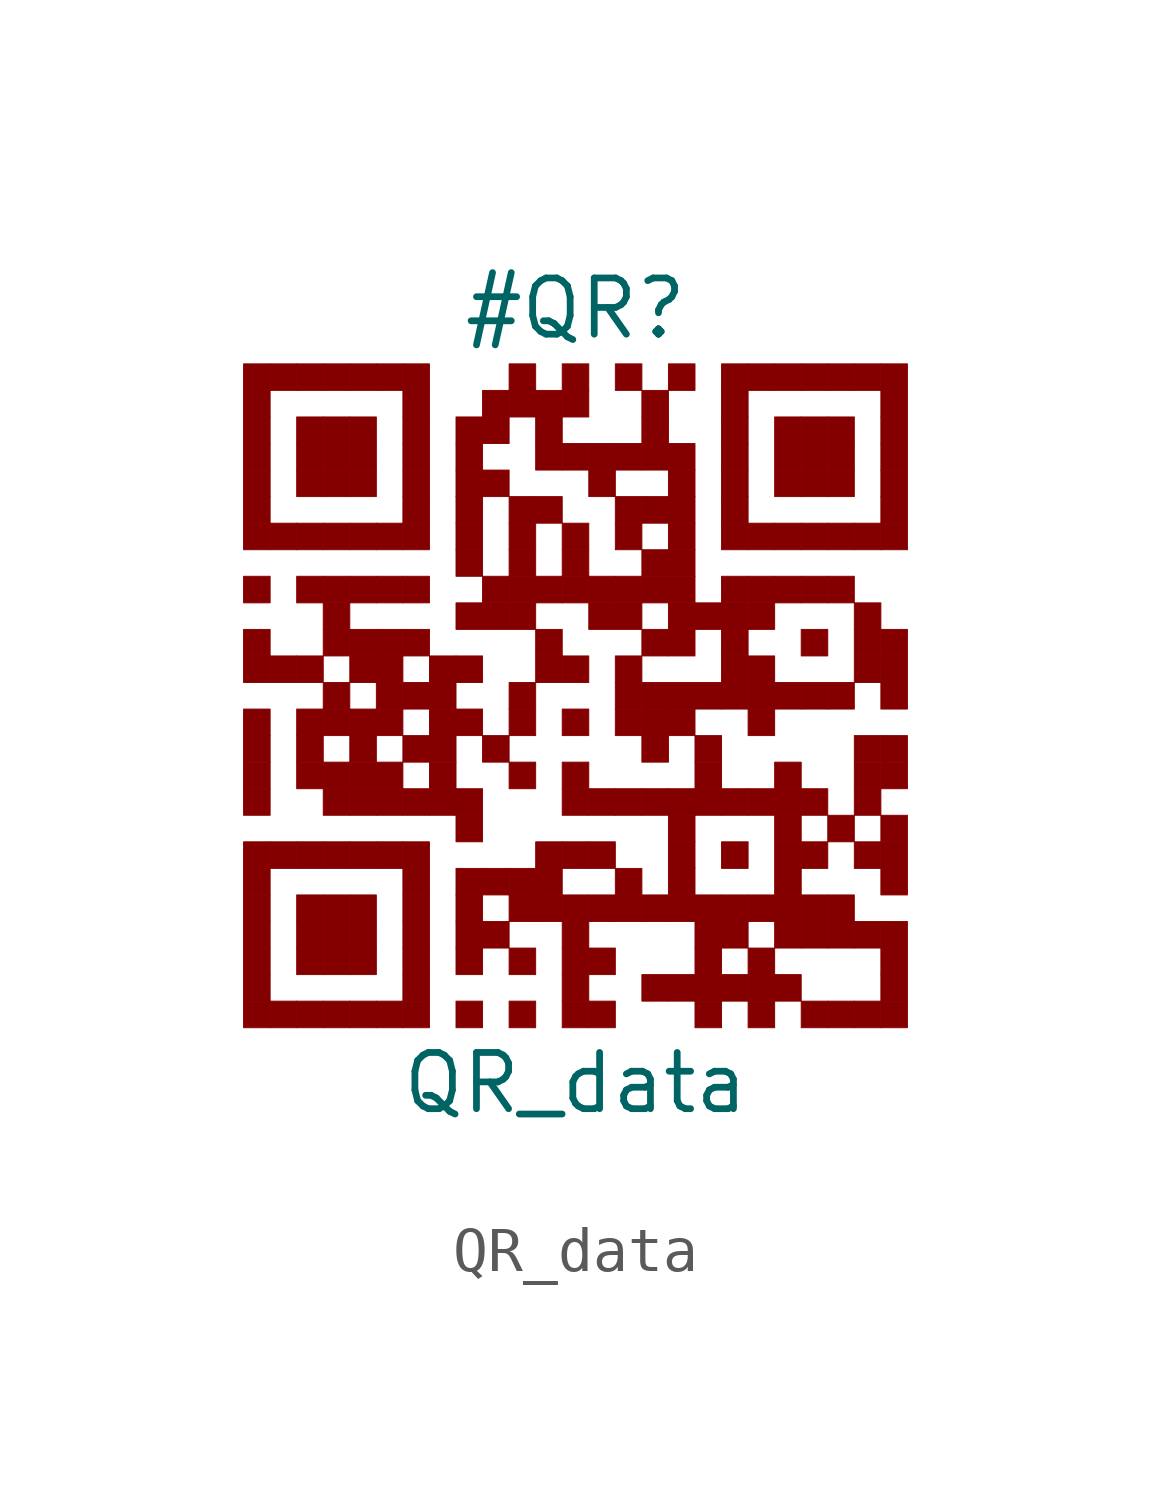
<source format=kicad_sym>
(kicad_symbol_lib
  (version 20211014)
  (generator kibot)
  (symbol "QR_data"
    (pin_numbers hide)
    (pin_names hide)
    (property "Reference" "#QR"
      (at 0 8.75 0))
    (property "Value" "QR_data"
      (at 0 -8.75 0))
    (rectangle
      (start -7.5 7.5)
      (end -6.9 6.9)
      (stroke (width 0.001) (type default) (color 0 0 0 0))
      (fill (type outline)))
    (rectangle
      (start -6.9 7.5)
      (end -6.3 6.9)
      (stroke (width 0.001) (type default) (color 0 0 0 0))
      (fill (type outline)))
    (rectangle
      (start -6.3 7.5)
      (end -5.7 6.9)
      (stroke (width 0.001) (type default) (color 0 0 0 0))
      (fill (type outline)))
    (rectangle
      (start -5.7 7.5)
      (end -5.1 6.9)
      (stroke (width 0.001) (type default) (color 0 0 0 0))
      (fill (type outline)))
    (rectangle
      (start -5.1 7.5)
      (end -4.5 6.9)
      (stroke (width 0.001) (type default) (color 0 0 0 0))
      (fill (type outline)))
    (rectangle
      (start -4.5 7.5)
      (end -3.9 6.9)
      (stroke (width 0.001) (type default) (color 0 0 0 0))
      (fill (type outline)))
    (rectangle
      (start -3.9 7.5)
      (end -3.3 6.9)
      (stroke (width 0.001) (type default) (color 0 0 0 0))
      (fill (type outline)))
    (rectangle
      (start -1.5 7.5)
      (end -0.9 6.9)
      (stroke (width 0.001) (type default) (color 0 0 0 0))
      (fill (type outline)))
    (rectangle
      (start -0.3 7.5)
      (end 0.3 6.9)
      (stroke (width 0.001) (type default) (color 0 0 0 0))
      (fill (type outline)))
    (rectangle
      (start 0.9 7.5)
      (end 1.5 6.9)
      (stroke (width 0.001) (type default) (color 0 0 0 0))
      (fill (type outline)))
    (rectangle
      (start 2.1 7.5)
      (end 2.7 6.9)
      (stroke (width 0.001) (type default) (color 0 0 0 0))
      (fill (type outline)))
    (rectangle
      (start 3.3 7.5)
      (end 3.9 6.9)
      (stroke (width 0.001) (type default) (color 0 0 0 0))
      (fill (type outline)))
    (rectangle
      (start 3.9 7.5)
      (end 4.5 6.9)
      (stroke (width 0.001) (type default) (color 0 0 0 0))
      (fill (type outline)))
    (rectangle
      (start 4.5 7.5)
      (end 5.1 6.9)
      (stroke (width 0.001) (type default) (color 0 0 0 0))
      (fill (type outline)))
    (rectangle
      (start 5.1 7.5)
      (end 5.7 6.9)
      (stroke (width 0.001) (type default) (color 0 0 0 0))
      (fill (type outline)))
    (rectangle
      (start 5.7 7.5)
      (end 6.3 6.9)
      (stroke (width 0.001) (type default) (color 0 0 0 0))
      (fill (type outline)))
    (rectangle
      (start 6.3 7.5)
      (end 6.9 6.9)
      (stroke (width 0.001) (type default) (color 0 0 0 0))
      (fill (type outline)))
    (rectangle
      (start 6.9 7.5)
      (end 7.5 6.9)
      (stroke (width 0.001) (type default) (color 0 0 0 0))
      (fill (type outline)))
    (rectangle
      (start -7.5 6.9)
      (end -6.9 6.3)
      (stroke (width 0.001) (type default) (color 0 0 0 0))
      (fill (type outline)))
    (rectangle
      (start -3.9 6.9)
      (end -3.3 6.3)
      (stroke (width 0.001) (type default) (color 0 0 0 0))
      (fill (type outline)))
    (rectangle
      (start -2.1 6.9)
      (end -1.5 6.3)
      (stroke (width 0.001) (type default) (color 0 0 0 0))
      (fill (type outline)))
    (rectangle
      (start -1.5 6.9)
      (end -0.9 6.3)
      (stroke (width 0.001) (type default) (color 0 0 0 0))
      (fill (type outline)))
    (rectangle
      (start -0.9 6.9)
      (end -0.3 6.3)
      (stroke (width 0.001) (type default) (color 0 0 0 0))
      (fill (type outline)))
    (rectangle
      (start -0.3 6.9)
      (end 0.3 6.3)
      (stroke (width 0.001) (type default) (color 0 0 0 0))
      (fill (type outline)))
    (rectangle
      (start 1.5 6.9)
      (end 2.1 6.3)
      (stroke (width 0.001) (type default) (color 0 0 0 0))
      (fill (type outline)))
    (rectangle
      (start 3.3 6.9)
      (end 3.9 6.3)
      (stroke (width 0.001) (type default) (color 0 0 0 0))
      (fill (type outline)))
    (rectangle
      (start 6.9 6.9)
      (end 7.5 6.3)
      (stroke (width 0.001) (type default) (color 0 0 0 0))
      (fill (type outline)))
    (rectangle
      (start -7.5 6.3)
      (end -6.9 5.7)
      (stroke (width 0.001) (type default) (color 0 0 0 0))
      (fill (type outline)))
    (rectangle
      (start -6.3 6.3)
      (end -5.7 5.7)
      (stroke (width 0.001) (type default) (color 0 0 0 0))
      (fill (type outline)))
    (rectangle
      (start -5.7 6.3)
      (end -5.1 5.7)
      (stroke (width 0.001) (type default) (color 0 0 0 0))
      (fill (type outline)))
    (rectangle
      (start -5.1 6.3)
      (end -4.5 5.7)
      (stroke (width 0.001) (type default) (color 0 0 0 0))
      (fill (type outline)))
    (rectangle
      (start -3.9 6.3)
      (end -3.3 5.7)
      (stroke (width 0.001) (type default) (color 0 0 0 0))
      (fill (type outline)))
    (rectangle
      (start -2.7 6.3)
      (end -2.1 5.7)
      (stroke (width 0.001) (type default) (color 0 0 0 0))
      (fill (type outline)))
    (rectangle
      (start -2.1 6.3)
      (end -1.5 5.7)
      (stroke (width 0.001) (type default) (color 0 0 0 0))
      (fill (type outline)))
    (rectangle
      (start -0.9 6.3)
      (end -0.3 5.7)
      (stroke (width 0.001) (type default) (color 0 0 0 0))
      (fill (type outline)))
    (rectangle
      (start 1.5 6.3)
      (end 2.1 5.7)
      (stroke (width 0.001) (type default) (color 0 0 0 0))
      (fill (type outline)))
    (rectangle
      (start 3.3 6.3)
      (end 3.9 5.7)
      (stroke (width 0.001) (type default) (color 0 0 0 0))
      (fill (type outline)))
    (rectangle
      (start 4.5 6.3)
      (end 5.1 5.7)
      (stroke (width 0.001) (type default) (color 0 0 0 0))
      (fill (type outline)))
    (rectangle
      (start 5.1 6.3)
      (end 5.7 5.7)
      (stroke (width 0.001) (type default) (color 0 0 0 0))
      (fill (type outline)))
    (rectangle
      (start 5.7 6.3)
      (end 6.3 5.7)
      (stroke (width 0.001) (type default) (color 0 0 0 0))
      (fill (type outline)))
    (rectangle
      (start 6.9 6.3)
      (end 7.5 5.7)
      (stroke (width 0.001) (type default) (color 0 0 0 0))
      (fill (type outline)))
    (rectangle
      (start -7.5 5.7)
      (end -6.9 5.1)
      (stroke (width 0.001) (type default) (color 0 0 0 0))
      (fill (type outline)))
    (rectangle
      (start -6.3 5.7)
      (end -5.7 5.1)
      (stroke (width 0.001) (type default) (color 0 0 0 0))
      (fill (type outline)))
    (rectangle
      (start -5.7 5.7)
      (end -5.1 5.1)
      (stroke (width 0.001) (type default) (color 0 0 0 0))
      (fill (type outline)))
    (rectangle
      (start -5.1 5.7)
      (end -4.5 5.1)
      (stroke (width 0.001) (type default) (color 0 0 0 0))
      (fill (type outline)))
    (rectangle
      (start -3.9 5.7)
      (end -3.3 5.1)
      (stroke (width 0.001) (type default) (color 0 0 0 0))
      (fill (type outline)))
    (rectangle
      (start -2.7 5.7)
      (end -2.1 5.1)
      (stroke (width 0.001) (type default) (color 0 0 0 0))
      (fill (type outline)))
    (rectangle
      (start -0.9 5.7)
      (end -0.3 5.1)
      (stroke (width 0.001) (type default) (color 0 0 0 0))
      (fill (type outline)))
    (rectangle
      (start -0.3 5.7)
      (end 0.3 5.1)
      (stroke (width 0.001) (type default) (color 0 0 0 0))
      (fill (type outline)))
    (rectangle
      (start 0.3 5.7)
      (end 0.9 5.1)
      (stroke (width 0.001) (type default) (color 0 0 0 0))
      (fill (type outline)))
    (rectangle
      (start 0.9 5.7)
      (end 1.5 5.1)
      (stroke (width 0.001) (type default) (color 0 0 0 0))
      (fill (type outline)))
    (rectangle
      (start 1.5 5.7)
      (end 2.1 5.1)
      (stroke (width 0.001) (type default) (color 0 0 0 0))
      (fill (type outline)))
    (rectangle
      (start 2.1 5.7)
      (end 2.7 5.1)
      (stroke (width 0.001) (type default) (color 0 0 0 0))
      (fill (type outline)))
    (rectangle
      (start 3.3 5.7)
      (end 3.9 5.1)
      (stroke (width 0.001) (type default) (color 0 0 0 0))
      (fill (type outline)))
    (rectangle
      (start 4.5 5.7)
      (end 5.1 5.1)
      (stroke (width 0.001) (type default) (color 0 0 0 0))
      (fill (type outline)))
    (rectangle
      (start 5.1 5.7)
      (end 5.7 5.1)
      (stroke (width 0.001) (type default) (color 0 0 0 0))
      (fill (type outline)))
    (rectangle
      (start 5.7 5.7)
      (end 6.3 5.1)
      (stroke (width 0.001) (type default) (color 0 0 0 0))
      (fill (type outline)))
    (rectangle
      (start 6.9 5.7)
      (end 7.5 5.1)
      (stroke (width 0.001) (type default) (color 0 0 0 0))
      (fill (type outline)))
    (rectangle
      (start -7.5 5.1)
      (end -6.9 4.5)
      (stroke (width 0.001) (type default) (color 0 0 0 0))
      (fill (type outline)))
    (rectangle
      (start -6.3 5.1)
      (end -5.7 4.5)
      (stroke (width 0.001) (type default) (color 0 0 0 0))
      (fill (type outline)))
    (rectangle
      (start -5.7 5.1)
      (end -5.1 4.5)
      (stroke (width 0.001) (type default) (color 0 0 0 0))
      (fill (type outline)))
    (rectangle
      (start -5.1 5.1)
      (end -4.5 4.5)
      (stroke (width 0.001) (type default) (color 0 0 0 0))
      (fill (type outline)))
    (rectangle
      (start -3.9 5.1)
      (end -3.3 4.5)
      (stroke (width 0.001) (type default) (color 0 0 0 0))
      (fill (type outline)))
    (rectangle
      (start -2.7 5.1)
      (end -2.1 4.5)
      (stroke (width 0.001) (type default) (color 0 0 0 0))
      (fill (type outline)))
    (rectangle
      (start -2.1 5.1)
      (end -1.5 4.5)
      (stroke (width 0.001) (type default) (color 0 0 0 0))
      (fill (type outline)))
    (rectangle
      (start 0.3 5.1)
      (end 0.9 4.5)
      (stroke (width 0.001) (type default) (color 0 0 0 0))
      (fill (type outline)))
    (rectangle
      (start 2.1 5.1)
      (end 2.7 4.5)
      (stroke (width 0.001) (type default) (color 0 0 0 0))
      (fill (type outline)))
    (rectangle
      (start 3.3 5.1)
      (end 3.9 4.5)
      (stroke (width 0.001) (type default) (color 0 0 0 0))
      (fill (type outline)))
    (rectangle
      (start 4.5 5.1)
      (end 5.1 4.5)
      (stroke (width 0.001) (type default) (color 0 0 0 0))
      (fill (type outline)))
    (rectangle
      (start 5.1 5.1)
      (end 5.7 4.5)
      (stroke (width 0.001) (type default) (color 0 0 0 0))
      (fill (type outline)))
    (rectangle
      (start 5.7 5.1)
      (end 6.3 4.5)
      (stroke (width 0.001) (type default) (color 0 0 0 0))
      (fill (type outline)))
    (rectangle
      (start 6.9 5.1)
      (end 7.5 4.5)
      (stroke (width 0.001) (type default) (color 0 0 0 0))
      (fill (type outline)))
    (rectangle
      (start -7.5 4.5)
      (end -6.9 3.9)
      (stroke (width 0.001) (type default) (color 0 0 0 0))
      (fill (type outline)))
    (rectangle
      (start -3.9 4.5)
      (end -3.3 3.9)
      (stroke (width 0.001) (type default) (color 0 0 0 0))
      (fill (type outline)))
    (rectangle
      (start -2.7 4.5)
      (end -2.1 3.9)
      (stroke (width 0.001) (type default) (color 0 0 0 0))
      (fill (type outline)))
    (rectangle
      (start -1.5 4.5)
      (end -0.9 3.9)
      (stroke (width 0.001) (type default) (color 0 0 0 0))
      (fill (type outline)))
    (rectangle
      (start -0.9 4.5)
      (end -0.3 3.9)
      (stroke (width 0.001) (type default) (color 0 0 0 0))
      (fill (type outline)))
    (rectangle
      (start 0.9 4.5)
      (end 1.5 3.9)
      (stroke (width 0.001) (type default) (color 0 0 0 0))
      (fill (type outline)))
    (rectangle
      (start 1.5 4.5)
      (end 2.1 3.9)
      (stroke (width 0.001) (type default) (color 0 0 0 0))
      (fill (type outline)))
    (rectangle
      (start 2.1 4.5)
      (end 2.7 3.9)
      (stroke (width 0.001) (type default) (color 0 0 0 0))
      (fill (type outline)))
    (rectangle
      (start 3.3 4.5)
      (end 3.9 3.9)
      (stroke (width 0.001) (type default) (color 0 0 0 0))
      (fill (type outline)))
    (rectangle
      (start 6.9 4.5)
      (end 7.5 3.9)
      (stroke (width 0.001) (type default) (color 0 0 0 0))
      (fill (type outline)))
    (rectangle
      (start -7.5 3.9)
      (end -6.9 3.3)
      (stroke (width 0.001) (type default) (color 0 0 0 0))
      (fill (type outline)))
    (rectangle
      (start -6.9 3.9)
      (end -6.3 3.3)
      (stroke (width 0.001) (type default) (color 0 0 0 0))
      (fill (type outline)))
    (rectangle
      (start -6.3 3.9)
      (end -5.7 3.3)
      (stroke (width 0.001) (type default) (color 0 0 0 0))
      (fill (type outline)))
    (rectangle
      (start -5.7 3.9)
      (end -5.1 3.3)
      (stroke (width 0.001) (type default) (color 0 0 0 0))
      (fill (type outline)))
    (rectangle
      (start -5.1 3.9)
      (end -4.5 3.3)
      (stroke (width 0.001) (type default) (color 0 0 0 0))
      (fill (type outline)))
    (rectangle
      (start -4.5 3.9)
      (end -3.9 3.3)
      (stroke (width 0.001) (type default) (color 0 0 0 0))
      (fill (type outline)))
    (rectangle
      (start -3.9 3.9)
      (end -3.3 3.3)
      (stroke (width 0.001) (type default) (color 0 0 0 0))
      (fill (type outline)))
    (rectangle
      (start -2.7 3.9)
      (end -2.1 3.3)
      (stroke (width 0.001) (type default) (color 0 0 0 0))
      (fill (type outline)))
    (rectangle
      (start -1.5 3.9)
      (end -0.9 3.3)
      (stroke (width 0.001) (type default) (color 0 0 0 0))
      (fill (type outline)))
    (rectangle
      (start -0.3 3.9)
      (end 0.3 3.3)
      (stroke (width 0.001) (type default) (color 0 0 0 0))
      (fill (type outline)))
    (rectangle
      (start 0.9 3.9)
      (end 1.5 3.3)
      (stroke (width 0.001) (type default) (color 0 0 0 0))
      (fill (type outline)))
    (rectangle
      (start 2.1 3.9)
      (end 2.7 3.3)
      (stroke (width 0.001) (type default) (color 0 0 0 0))
      (fill (type outline)))
    (rectangle
      (start 3.3 3.9)
      (end 3.9 3.3)
      (stroke (width 0.001) (type default) (color 0 0 0 0))
      (fill (type outline)))
    (rectangle
      (start 3.9 3.9)
      (end 4.5 3.3)
      (stroke (width 0.001) (type default) (color 0 0 0 0))
      (fill (type outline)))
    (rectangle
      (start 4.5 3.9)
      (end 5.1 3.3)
      (stroke (width 0.001) (type default) (color 0 0 0 0))
      (fill (type outline)))
    (rectangle
      (start 5.1 3.9)
      (end 5.7 3.3)
      (stroke (width 0.001) (type default) (color 0 0 0 0))
      (fill (type outline)))
    (rectangle
      (start 5.7 3.9)
      (end 6.3 3.3)
      (stroke (width 0.001) (type default) (color 0 0 0 0))
      (fill (type outline)))
    (rectangle
      (start 6.3 3.9)
      (end 6.9 3.3)
      (stroke (width 0.001) (type default) (color 0 0 0 0))
      (fill (type outline)))
    (rectangle
      (start 6.9 3.9)
      (end 7.5 3.3)
      (stroke (width 0.001) (type default) (color 0 0 0 0))
      (fill (type outline)))
    (rectangle
      (start -2.7 3.3)
      (end -2.1 2.7)
      (stroke (width 0.001) (type default) (color 0 0 0 0))
      (fill (type outline)))
    (rectangle
      (start -1.5 3.3)
      (end -0.9 2.7)
      (stroke (width 0.001) (type default) (color 0 0 0 0))
      (fill (type outline)))
    (rectangle
      (start -0.3 3.3)
      (end 0.3 2.7)
      (stroke (width 0.001) (type default) (color 0 0 0 0))
      (fill (type outline)))
    (rectangle
      (start 1.5 3.3)
      (end 2.1 2.7)
      (stroke (width 0.001) (type default) (color 0 0 0 0))
      (fill (type outline)))
    (rectangle
      (start 2.1 3.3)
      (end 2.7 2.7)
      (stroke (width 0.001) (type default) (color 0 0 0 0))
      (fill (type outline)))
    (rectangle
      (start -7.5 2.7)
      (end -6.9 2.1)
      (stroke (width 0.001) (type default) (color 0 0 0 0))
      (fill (type outline)))
    (rectangle
      (start -6.3 2.7)
      (end -5.7 2.1)
      (stroke (width 0.001) (type default) (color 0 0 0 0))
      (fill (type outline)))
    (rectangle
      (start -5.7 2.7)
      (end -5.1 2.1)
      (stroke (width 0.001) (type default) (color 0 0 0 0))
      (fill (type outline)))
    (rectangle
      (start -5.1 2.7)
      (end -4.5 2.1)
      (stroke (width 0.001) (type default) (color 0 0 0 0))
      (fill (type outline)))
    (rectangle
      (start -4.5 2.7)
      (end -3.9 2.1)
      (stroke (width 0.001) (type default) (color 0 0 0 0))
      (fill (type outline)))
    (rectangle
      (start -3.9 2.7)
      (end -3.3 2.1)
      (stroke (width 0.001) (type default) (color 0 0 0 0))
      (fill (type outline)))
    (rectangle
      (start -2.1 2.7)
      (end -1.5 2.1)
      (stroke (width 0.001) (type default) (color 0 0 0 0))
      (fill (type outline)))
    (rectangle
      (start -1.5 2.7)
      (end -0.9 2.1)
      (stroke (width 0.001) (type default) (color 0 0 0 0))
      (fill (type outline)))
    (rectangle
      (start -0.9 2.7)
      (end -0.3 2.1)
      (stroke (width 0.001) (type default) (color 0 0 0 0))
      (fill (type outline)))
    (rectangle
      (start -0.3 2.7)
      (end 0.3 2.1)
      (stroke (width 0.001) (type default) (color 0 0 0 0))
      (fill (type outline)))
    (rectangle
      (start 0.3 2.7)
      (end 0.9 2.1)
      (stroke (width 0.001) (type default) (color 0 0 0 0))
      (fill (type outline)))
    (rectangle
      (start 0.9 2.7)
      (end 1.5 2.1)
      (stroke (width 0.001) (type default) (color 0 0 0 0))
      (fill (type outline)))
    (rectangle
      (start 1.5 2.7)
      (end 2.1 2.1)
      (stroke (width 0.001) (type default) (color 0 0 0 0))
      (fill (type outline)))
    (rectangle
      (start 2.1 2.7)
      (end 2.7 2.1)
      (stroke (width 0.001) (type default) (color 0 0 0 0))
      (fill (type outline)))
    (rectangle
      (start 3.3 2.7)
      (end 3.9 2.1)
      (stroke (width 0.001) (type default) (color 0 0 0 0))
      (fill (type outline)))
    (rectangle
      (start 3.9 2.7)
      (end 4.5 2.1)
      (stroke (width 0.001) (type default) (color 0 0 0 0))
      (fill (type outline)))
    (rectangle
      (start 4.5 2.7)
      (end 5.1 2.1)
      (stroke (width 0.001) (type default) (color 0 0 0 0))
      (fill (type outline)))
    (rectangle
      (start 5.1 2.7)
      (end 5.7 2.1)
      (stroke (width 0.001) (type default) (color 0 0 0 0))
      (fill (type outline)))
    (rectangle
      (start 5.7 2.7)
      (end 6.3 2.1)
      (stroke (width 0.001) (type default) (color 0 0 0 0))
      (fill (type outline)))
    (rectangle
      (start -5.7 2.1)
      (end -5.1 1.5)
      (stroke (width 0.001) (type default) (color 0 0 0 0))
      (fill (type outline)))
    (rectangle
      (start -2.7 2.1)
      (end -2.1 1.5)
      (stroke (width 0.001) (type default) (color 0 0 0 0))
      (fill (type outline)))
    (rectangle
      (start -2.1 2.1)
      (end -1.5 1.5)
      (stroke (width 0.001) (type default) (color 0 0 0 0))
      (fill (type outline)))
    (rectangle
      (start -1.5 2.1)
      (end -0.9 1.5)
      (stroke (width 0.001) (type default) (color 0 0 0 0))
      (fill (type outline)))
    (rectangle
      (start 0.3 2.1)
      (end 0.9 1.5)
      (stroke (width 0.001) (type default) (color 0 0 0 0))
      (fill (type outline)))
    (rectangle
      (start 0.9 2.1)
      (end 1.5 1.5)
      (stroke (width 0.001) (type default) (color 0 0 0 0))
      (fill (type outline)))
    (rectangle
      (start 2.1 2.1)
      (end 2.7 1.5)
      (stroke (width 0.001) (type default) (color 0 0 0 0))
      (fill (type outline)))
    (rectangle
      (start 2.7 2.1)
      (end 3.3 1.5)
      (stroke (width 0.001) (type default) (color 0 0 0 0))
      (fill (type outline)))
    (rectangle
      (start 3.3 2.1)
      (end 3.9 1.5)
      (stroke (width 0.001) (type default) (color 0 0 0 0))
      (fill (type outline)))
    (rectangle
      (start 3.9 2.1)
      (end 4.5 1.5)
      (stroke (width 0.001) (type default) (color 0 0 0 0))
      (fill (type outline)))
    (rectangle
      (start 6.3 2.1)
      (end 6.9 1.5)
      (stroke (width 0.001) (type default) (color 0 0 0 0))
      (fill (type outline)))
    (rectangle
      (start -7.5 1.5)
      (end -6.9 0.9)
      (stroke (width 0.001) (type default) (color 0 0 0 0))
      (fill (type outline)))
    (rectangle
      (start -5.7 1.5)
      (end -5.1 0.9)
      (stroke (width 0.001) (type default) (color 0 0 0 0))
      (fill (type outline)))
    (rectangle
      (start -5.1 1.5)
      (end -4.5 0.9)
      (stroke (width 0.001) (type default) (color 0 0 0 0))
      (fill (type outline)))
    (rectangle
      (start -4.5 1.5)
      (end -3.9 0.9)
      (stroke (width 0.001) (type default) (color 0 0 0 0))
      (fill (type outline)))
    (rectangle
      (start -3.9 1.5)
      (end -3.3 0.9)
      (stroke (width 0.001) (type default) (color 0 0 0 0))
      (fill (type outline)))
    (rectangle
      (start -0.9 1.5)
      (end -0.3 0.9)
      (stroke (width 0.001) (type default) (color 0 0 0 0))
      (fill (type outline)))
    (rectangle
      (start 1.5 1.5)
      (end 2.1 0.9)
      (stroke (width 0.001) (type default) (color 0 0 0 0))
      (fill (type outline)))
    (rectangle
      (start 2.1 1.5)
      (end 2.7 0.9)
      (stroke (width 0.001) (type default) (color 0 0 0 0))
      (fill (type outline)))
    (rectangle
      (start 3.3 1.5)
      (end 3.9 0.9)
      (stroke (width 0.001) (type default) (color 0 0 0 0))
      (fill (type outline)))
    (rectangle
      (start 5.1 1.5)
      (end 5.7 0.9)
      (stroke (width 0.001) (type default) (color 0 0 0 0))
      (fill (type outline)))
    (rectangle
      (start 6.3 1.5)
      (end 6.9 0.9)
      (stroke (width 0.001) (type default) (color 0 0 0 0))
      (fill (type outline)))
    (rectangle
      (start 6.9 1.5)
      (end 7.5 0.9)
      (stroke (width 0.001) (type default) (color 0 0 0 0))
      (fill (type outline)))
    (rectangle
      (start -7.5 0.9)
      (end -6.9 0.3)
      (stroke (width 0.001) (type default) (color 0 0 0 0))
      (fill (type outline)))
    (rectangle
      (start -6.9 0.9)
      (end -6.3 0.3)
      (stroke (width 0.001) (type default) (color 0 0 0 0))
      (fill (type outline)))
    (rectangle
      (start -6.3 0.9)
      (end -5.7 0.3)
      (stroke (width 0.001) (type default) (color 0 0 0 0))
      (fill (type outline)))
    (rectangle
      (start -5.1 0.9)
      (end -4.5 0.3)
      (stroke (width 0.001) (type default) (color 0 0 0 0))
      (fill (type outline)))
    (rectangle
      (start -4.5 0.9)
      (end -3.9 0.3)
      (stroke (width 0.001) (type default) (color 0 0 0 0))
      (fill (type outline)))
    (rectangle
      (start -3.3 0.9)
      (end -2.7 0.3)
      (stroke (width 0.001) (type default) (color 0 0 0 0))
      (fill (type outline)))
    (rectangle
      (start -2.7 0.9)
      (end -2.1 0.3)
      (stroke (width 0.001) (type default) (color 0 0 0 0))
      (fill (type outline)))
    (rectangle
      (start -0.9 0.9)
      (end -0.3 0.3)
      (stroke (width 0.001) (type default) (color 0 0 0 0))
      (fill (type outline)))
    (rectangle
      (start -0.3 0.9)
      (end 0.3 0.3)
      (stroke (width 0.001) (type default) (color 0 0 0 0))
      (fill (type outline)))
    (rectangle
      (start 0.9 0.9)
      (end 1.5 0.3)
      (stroke (width 0.001) (type default) (color 0 0 0 0))
      (fill (type outline)))
    (rectangle
      (start 3.3 0.9)
      (end 3.9 0.3)
      (stroke (width 0.001) (type default) (color 0 0 0 0))
      (fill (type outline)))
    (rectangle
      (start 3.9 0.9)
      (end 4.5 0.3)
      (stroke (width 0.001) (type default) (color 0 0 0 0))
      (fill (type outline)))
    (rectangle
      (start 6.3 0.9)
      (end 6.9 0.3)
      (stroke (width 0.001) (type default) (color 0 0 0 0))
      (fill (type outline)))
    (rectangle
      (start 6.9 0.9)
      (end 7.5 0.3)
      (stroke (width 0.001) (type default) (color 0 0 0 0))
      (fill (type outline)))
    (rectangle
      (start -5.7 0.3)
      (end -5.1 -0.3)
      (stroke (width 0.001) (type default) (color 0 0 0 0))
      (fill (type outline)))
    (rectangle
      (start -4.5 0.3)
      (end -3.9 -0.3)
      (stroke (width 0.001) (type default) (color 0 0 0 0))
      (fill (type outline)))
    (rectangle
      (start -3.9 0.3)
      (end -3.3 -0.3)
      (stroke (width 0.001) (type default) (color 0 0 0 0))
      (fill (type outline)))
    (rectangle
      (start -3.3 0.3)
      (end -2.7 -0.3)
      (stroke (width 0.001) (type default) (color 0 0 0 0))
      (fill (type outline)))
    (rectangle
      (start -1.5 0.3)
      (end -0.9 -0.3)
      (stroke (width 0.001) (type default) (color 0 0 0 0))
      (fill (type outline)))
    (rectangle
      (start 0.9 0.3)
      (end 1.5 -0.3)
      (stroke (width 0.001) (type default) (color 0 0 0 0))
      (fill (type outline)))
    (rectangle
      (start 1.5 0.3)
      (end 2.1 -0.3)
      (stroke (width 0.001) (type default) (color 0 0 0 0))
      (fill (type outline)))
    (rectangle
      (start 2.1 0.3)
      (end 2.7 -0.3)
      (stroke (width 0.001) (type default) (color 0 0 0 0))
      (fill (type outline)))
    (rectangle
      (start 2.7 0.3)
      (end 3.3 -0.3)
      (stroke (width 0.001) (type default) (color 0 0 0 0))
      (fill (type outline)))
    (rectangle
      (start 3.3 0.3)
      (end 3.9 -0.3)
      (stroke (width 0.001) (type default) (color 0 0 0 0))
      (fill (type outline)))
    (rectangle
      (start 3.9 0.3)
      (end 4.5 -0.3)
      (stroke (width 0.001) (type default) (color 0 0 0 0))
      (fill (type outline)))
    (rectangle
      (start 4.5 0.3)
      (end 5.1 -0.3)
      (stroke (width 0.001) (type default) (color 0 0 0 0))
      (fill (type outline)))
    (rectangle
      (start 5.1 0.3)
      (end 5.7 -0.3)
      (stroke (width 0.001) (type default) (color 0 0 0 0))
      (fill (type outline)))
    (rectangle
      (start 5.7 0.3)
      (end 6.3 -0.3)
      (stroke (width 0.001) (type default) (color 0 0 0 0))
      (fill (type outline)))
    (rectangle
      (start 6.9 0.3)
      (end 7.5 -0.3)
      (stroke (width 0.001) (type default) (color 0 0 0 0))
      (fill (type outline)))
    (rectangle
      (start -7.5 -0.3)
      (end -6.9 -0.9)
      (stroke (width 0.001) (type default) (color 0 0 0 0))
      (fill (type outline)))
    (rectangle
      (start -6.3 -0.3)
      (end -5.7 -0.9)
      (stroke (width 0.001) (type default) (color 0 0 0 0))
      (fill (type outline)))
    (rectangle
      (start -5.7 -0.3)
      (end -5.1 -0.9)
      (stroke (width 0.001) (type default) (color 0 0 0 0))
      (fill (type outline)))
    (rectangle
      (start -5.1 -0.3)
      (end -4.5 -0.9)
      (stroke (width 0.001) (type default) (color 0 0 0 0))
      (fill (type outline)))
    (rectangle
      (start -4.5 -0.3)
      (end -3.9 -0.9)
      (stroke (width 0.001) (type default) (color 0 0 0 0))
      (fill (type outline)))
    (rectangle
      (start -3.3 -0.3)
      (end -2.7 -0.9)
      (stroke (width 0.001) (type default) (color 0 0 0 0))
      (fill (type outline)))
    (rectangle
      (start -2.7 -0.3)
      (end -2.1 -0.9)
      (stroke (width 0.001) (type default) (color 0 0 0 0))
      (fill (type outline)))
    (rectangle
      (start -1.5 -0.3)
      (end -0.9 -0.9)
      (stroke (width 0.001) (type default) (color 0 0 0 0))
      (fill (type outline)))
    (rectangle
      (start -0.3 -0.3)
      (end 0.3 -0.9)
      (stroke (width 0.001) (type default) (color 0 0 0 0))
      (fill (type outline)))
    (rectangle
      (start 0.9 -0.3)
      (end 1.5 -0.9)
      (stroke (width 0.001) (type default) (color 0 0 0 0))
      (fill (type outline)))
    (rectangle
      (start 1.5 -0.3)
      (end 2.1 -0.9)
      (stroke (width 0.001) (type default) (color 0 0 0 0))
      (fill (type outline)))
    (rectangle
      (start 2.1 -0.3)
      (end 2.7 -0.9)
      (stroke (width 0.001) (type default) (color 0 0 0 0))
      (fill (type outline)))
    (rectangle
      (start 3.9 -0.3)
      (end 4.5 -0.9)
      (stroke (width 0.001) (type default) (color 0 0 0 0))
      (fill (type outline)))
    (rectangle
      (start -7.5 -0.9)
      (end -6.9 -1.5)
      (stroke (width 0.001) (type default) (color 0 0 0 0))
      (fill (type outline)))
    (rectangle
      (start -6.3 -0.9)
      (end -5.7 -1.5)
      (stroke (width 0.001) (type default) (color 0 0 0 0))
      (fill (type outline)))
    (rectangle
      (start -5.1 -0.9)
      (end -4.5 -1.5)
      (stroke (width 0.001) (type default) (color 0 0 0 0))
      (fill (type outline)))
    (rectangle
      (start -3.9 -0.9)
      (end -3.3 -1.5)
      (stroke (width 0.001) (type default) (color 0 0 0 0))
      (fill (type outline)))
    (rectangle
      (start -3.3 -0.9)
      (end -2.7 -1.5)
      (stroke (width 0.001) (type default) (color 0 0 0 0))
      (fill (type outline)))
    (rectangle
      (start -2.1 -0.9)
      (end -1.5 -1.5)
      (stroke (width 0.001) (type default) (color 0 0 0 0))
      (fill (type outline)))
    (rectangle
      (start 1.5 -0.9)
      (end 2.1 -1.5)
      (stroke (width 0.001) (type default) (color 0 0 0 0))
      (fill (type outline)))
    (rectangle
      (start 2.7 -0.9)
      (end 3.3 -1.5)
      (stroke (width 0.001) (type default) (color 0 0 0 0))
      (fill (type outline)))
    (rectangle
      (start 6.3 -0.9)
      (end 6.9 -1.5)
      (stroke (width 0.001) (type default) (color 0 0 0 0))
      (fill (type outline)))
    (rectangle
      (start 6.9 -0.9)
      (end 7.5 -1.5)
      (stroke (width 0.001) (type default) (color 0 0 0 0))
      (fill (type outline)))
    (rectangle
      (start -7.5 -1.5)
      (end -6.9 -2.1)
      (stroke (width 0.001) (type default) (color 0 0 0 0))
      (fill (type outline)))
    (rectangle
      (start -6.3 -1.5)
      (end -5.7 -2.1)
      (stroke (width 0.001) (type default) (color 0 0 0 0))
      (fill (type outline)))
    (rectangle
      (start -5.7 -1.5)
      (end -5.1 -2.1)
      (stroke (width 0.001) (type default) (color 0 0 0 0))
      (fill (type outline)))
    (rectangle
      (start -5.1 -1.5)
      (end -4.5 -2.1)
      (stroke (width 0.001) (type default) (color 0 0 0 0))
      (fill (type outline)))
    (rectangle
      (start -4.5 -1.5)
      (end -3.9 -2.1)
      (stroke (width 0.001) (type default) (color 0 0 0 0))
      (fill (type outline)))
    (rectangle
      (start -3.3 -1.5)
      (end -2.7 -2.1)
      (stroke (width 0.001) (type default) (color 0 0 0 0))
      (fill (type outline)))
    (rectangle
      (start -1.5 -1.5)
      (end -0.9 -2.1)
      (stroke (width 0.001) (type default) (color 0 0 0 0))
      (fill (type outline)))
    (rectangle
      (start -0.3 -1.5)
      (end 0.3 -2.1)
      (stroke (width 0.001) (type default) (color 0 0 0 0))
      (fill (type outline)))
    (rectangle
      (start 2.7 -1.5)
      (end 3.3 -2.1)
      (stroke (width 0.001) (type default) (color 0 0 0 0))
      (fill (type outline)))
    (rectangle
      (start 4.5 -1.5)
      (end 5.1 -2.1)
      (stroke (width 0.001) (type default) (color 0 0 0 0))
      (fill (type outline)))
    (rectangle
      (start 6.3 -1.5)
      (end 6.9 -2.1)
      (stroke (width 0.001) (type default) (color 0 0 0 0))
      (fill (type outline)))
    (rectangle
      (start 6.9 -1.5)
      (end 7.5 -2.1)
      (stroke (width 0.001) (type default) (color 0 0 0 0))
      (fill (type outline)))
    (rectangle
      (start -7.5 -2.1)
      (end -6.9 -2.7)
      (stroke (width 0.001) (type default) (color 0 0 0 0))
      (fill (type outline)))
    (rectangle
      (start -5.7 -2.1)
      (end -5.1 -2.7)
      (stroke (width 0.001) (type default) (color 0 0 0 0))
      (fill (type outline)))
    (rectangle
      (start -5.1 -2.1)
      (end -4.5 -2.7)
      (stroke (width 0.001) (type default) (color 0 0 0 0))
      (fill (type outline)))
    (rectangle
      (start -4.5 -2.1)
      (end -3.9 -2.7)
      (stroke (width 0.001) (type default) (color 0 0 0 0))
      (fill (type outline)))
    (rectangle
      (start -3.9 -2.1)
      (end -3.3 -2.7)
      (stroke (width 0.001) (type default) (color 0 0 0 0))
      (fill (type outline)))
    (rectangle
      (start -3.3 -2.1)
      (end -2.7 -2.7)
      (stroke (width 0.001) (type default) (color 0 0 0 0))
      (fill (type outline)))
    (rectangle
      (start -2.7 -2.1)
      (end -2.1 -2.7)
      (stroke (width 0.001) (type default) (color 0 0 0 0))
      (fill (type outline)))
    (rectangle
      (start -0.3 -2.1)
      (end 0.3 -2.7)
      (stroke (width 0.001) (type default) (color 0 0 0 0))
      (fill (type outline)))
    (rectangle
      (start 0.3 -2.1)
      (end 0.9 -2.7)
      (stroke (width 0.001) (type default) (color 0 0 0 0))
      (fill (type outline)))
    (rectangle
      (start 0.9 -2.1)
      (end 1.5 -2.7)
      (stroke (width 0.001) (type default) (color 0 0 0 0))
      (fill (type outline)))
    (rectangle
      (start 1.5 -2.1)
      (end 2.1 -2.7)
      (stroke (width 0.001) (type default) (color 0 0 0 0))
      (fill (type outline)))
    (rectangle
      (start 2.1 -2.1)
      (end 2.7 -2.7)
      (stroke (width 0.001) (type default) (color 0 0 0 0))
      (fill (type outline)))
    (rectangle
      (start 2.7 -2.1)
      (end 3.3 -2.7)
      (stroke (width 0.001) (type default) (color 0 0 0 0))
      (fill (type outline)))
    (rectangle
      (start 3.3 -2.1)
      (end 3.9 -2.7)
      (stroke (width 0.001) (type default) (color 0 0 0 0))
      (fill (type outline)))
    (rectangle
      (start 3.9 -2.1)
      (end 4.5 -2.7)
      (stroke (width 0.001) (type default) (color 0 0 0 0))
      (fill (type outline)))
    (rectangle
      (start 4.5 -2.1)
      (end 5.1 -2.7)
      (stroke (width 0.001) (type default) (color 0 0 0 0))
      (fill (type outline)))
    (rectangle
      (start 5.1 -2.1)
      (end 5.7 -2.7)
      (stroke (width 0.001) (type default) (color 0 0 0 0))
      (fill (type outline)))
    (rectangle
      (start 6.3 -2.1)
      (end 6.9 -2.7)
      (stroke (width 0.001) (type default) (color 0 0 0 0))
      (fill (type outline)))
    (rectangle
      (start -2.7 -2.7)
      (end -2.1 -3.3)
      (stroke (width 0.001) (type default) (color 0 0 0 0))
      (fill (type outline)))
    (rectangle
      (start 2.1 -2.7)
      (end 2.7 -3.3)
      (stroke (width 0.001) (type default) (color 0 0 0 0))
      (fill (type outline)))
    (rectangle
      (start 4.5 -2.7)
      (end 5.1 -3.3)
      (stroke (width 0.001) (type default) (color 0 0 0 0))
      (fill (type outline)))
    (rectangle
      (start 5.7 -2.7)
      (end 6.3 -3.3)
      (stroke (width 0.001) (type default) (color 0 0 0 0))
      (fill (type outline)))
    (rectangle
      (start 6.9 -2.7)
      (end 7.5 -3.3)
      (stroke (width 0.001) (type default) (color 0 0 0 0))
      (fill (type outline)))
    (rectangle
      (start -7.5 -3.3)
      (end -6.9 -3.9)
      (stroke (width 0.001) (type default) (color 0 0 0 0))
      (fill (type outline)))
    (rectangle
      (start -6.9 -3.3)
      (end -6.3 -3.9)
      (stroke (width 0.001) (type default) (color 0 0 0 0))
      (fill (type outline)))
    (rectangle
      (start -6.3 -3.3)
      (end -5.7 -3.9)
      (stroke (width 0.001) (type default) (color 0 0 0 0))
      (fill (type outline)))
    (rectangle
      (start -5.7 -3.3)
      (end -5.1 -3.9)
      (stroke (width 0.001) (type default) (color 0 0 0 0))
      (fill (type outline)))
    (rectangle
      (start -5.1 -3.3)
      (end -4.5 -3.9)
      (stroke (width 0.001) (type default) (color 0 0 0 0))
      (fill (type outline)))
    (rectangle
      (start -4.5 -3.3)
      (end -3.9 -3.9)
      (stroke (width 0.001) (type default) (color 0 0 0 0))
      (fill (type outline)))
    (rectangle
      (start -3.9 -3.3)
      (end -3.3 -3.9)
      (stroke (width 0.001) (type default) (color 0 0 0 0))
      (fill (type outline)))
    (rectangle
      (start -0.9 -3.3)
      (end -0.3 -3.9)
      (stroke (width 0.001) (type default) (color 0 0 0 0))
      (fill (type outline)))
    (rectangle
      (start -0.3 -3.3)
      (end 0.3 -3.9)
      (stroke (width 0.001) (type default) (color 0 0 0 0))
      (fill (type outline)))
    (rectangle
      (start 0.3 -3.3)
      (end 0.9 -3.9)
      (stroke (width 0.001) (type default) (color 0 0 0 0))
      (fill (type outline)))
    (rectangle
      (start 2.1 -3.3)
      (end 2.7 -3.9)
      (stroke (width 0.001) (type default) (color 0 0 0 0))
      (fill (type outline)))
    (rectangle
      (start 3.3 -3.3)
      (end 3.9 -3.9)
      (stroke (width 0.001) (type default) (color 0 0 0 0))
      (fill (type outline)))
    (rectangle
      (start 4.5 -3.3)
      (end 5.1 -3.9)
      (stroke (width 0.001) (type default) (color 0 0 0 0))
      (fill (type outline)))
    (rectangle
      (start 5.1 -3.3)
      (end 5.7 -3.9)
      (stroke (width 0.001) (type default) (color 0 0 0 0))
      (fill (type outline)))
    (rectangle
      (start 6.3 -3.3)
      (end 6.9 -3.9)
      (stroke (width 0.001) (type default) (color 0 0 0 0))
      (fill (type outline)))
    (rectangle
      (start 6.9 -3.3)
      (end 7.5 -3.9)
      (stroke (width 0.001) (type default) (color 0 0 0 0))
      (fill (type outline)))
    (rectangle
      (start -7.5 -3.9)
      (end -6.9 -4.5)
      (stroke (width 0.001) (type default) (color 0 0 0 0))
      (fill (type outline)))
    (rectangle
      (start -3.9 -3.9)
      (end -3.3 -4.5)
      (stroke (width 0.001) (type default) (color 0 0 0 0))
      (fill (type outline)))
    (rectangle
      (start -2.7 -3.9)
      (end -2.1 -4.5)
      (stroke (width 0.001) (type default) (color 0 0 0 0))
      (fill (type outline)))
    (rectangle
      (start -2.1 -3.9)
      (end -1.5 -4.5)
      (stroke (width 0.001) (type default) (color 0 0 0 0))
      (fill (type outline)))
    (rectangle
      (start -1.5 -3.9)
      (end -0.9 -4.5)
      (stroke (width 0.001) (type default) (color 0 0 0 0))
      (fill (type outline)))
    (rectangle
      (start -0.9 -3.9)
      (end -0.3 -4.5)
      (stroke (width 0.001) (type default) (color 0 0 0 0))
      (fill (type outline)))
    (rectangle
      (start 0.9 -3.9)
      (end 1.5 -4.5)
      (stroke (width 0.001) (type default) (color 0 0 0 0))
      (fill (type outline)))
    (rectangle
      (start 2.1 -3.9)
      (end 2.7 -4.5)
      (stroke (width 0.001) (type default) (color 0 0 0 0))
      (fill (type outline)))
    (rectangle
      (start 4.5 -3.9)
      (end 5.1 -4.5)
      (stroke (width 0.001) (type default) (color 0 0 0 0))
      (fill (type outline)))
    (rectangle
      (start 6.9 -3.9)
      (end 7.5 -4.5)
      (stroke (width 0.001) (type default) (color 0 0 0 0))
      (fill (type outline)))
    (rectangle
      (start -7.5 -4.5)
      (end -6.9 -5.1)
      (stroke (width 0.001) (type default) (color 0 0 0 0))
      (fill (type outline)))
    (rectangle
      (start -6.3 -4.5)
      (end -5.7 -5.1)
      (stroke (width 0.001) (type default) (color 0 0 0 0))
      (fill (type outline)))
    (rectangle
      (start -5.7 -4.5)
      (end -5.1 -5.1)
      (stroke (width 0.001) (type default) (color 0 0 0 0))
      (fill (type outline)))
    (rectangle
      (start -5.1 -4.5)
      (end -4.5 -5.1)
      (stroke (width 0.001) (type default) (color 0 0 0 0))
      (fill (type outline)))
    (rectangle
      (start -3.9 -4.5)
      (end -3.3 -5.1)
      (stroke (width 0.001) (type default) (color 0 0 0 0))
      (fill (type outline)))
    (rectangle
      (start -2.7 -4.5)
      (end -2.1 -5.1)
      (stroke (width 0.001) (type default) (color 0 0 0 0))
      (fill (type outline)))
    (rectangle
      (start -1.5 -4.5)
      (end -0.9 -5.1)
      (stroke (width 0.001) (type default) (color 0 0 0 0))
      (fill (type outline)))
    (rectangle
      (start -0.9 -4.5)
      (end -0.3 -5.1)
      (stroke (width 0.001) (type default) (color 0 0 0 0))
      (fill (type outline)))
    (rectangle
      (start -0.3 -4.5)
      (end 0.3 -5.1)
      (stroke (width 0.001) (type default) (color 0 0 0 0))
      (fill (type outline)))
    (rectangle
      (start 0.3 -4.5)
      (end 0.9 -5.1)
      (stroke (width 0.001) (type default) (color 0 0 0 0))
      (fill (type outline)))
    (rectangle
      (start 0.9 -4.5)
      (end 1.5 -5.1)
      (stroke (width 0.001) (type default) (color 0 0 0 0))
      (fill (type outline)))
    (rectangle
      (start 1.5 -4.5)
      (end 2.1 -5.1)
      (stroke (width 0.001) (type default) (color 0 0 0 0))
      (fill (type outline)))
    (rectangle
      (start 2.1 -4.5)
      (end 2.7 -5.1)
      (stroke (width 0.001) (type default) (color 0 0 0 0))
      (fill (type outline)))
    (rectangle
      (start 2.7 -4.5)
      (end 3.3 -5.1)
      (stroke (width 0.001) (type default) (color 0 0 0 0))
      (fill (type outline)))
    (rectangle
      (start 3.3 -4.5)
      (end 3.9 -5.1)
      (stroke (width 0.001) (type default) (color 0 0 0 0))
      (fill (type outline)))
    (rectangle
      (start 3.9 -4.5)
      (end 4.5 -5.1)
      (stroke (width 0.001) (type default) (color 0 0 0 0))
      (fill (type outline)))
    (rectangle
      (start 4.5 -4.5)
      (end 5.1 -5.1)
      (stroke (width 0.001) (type default) (color 0 0 0 0))
      (fill (type outline)))
    (rectangle
      (start 5.1 -4.5)
      (end 5.7 -5.1)
      (stroke (width 0.001) (type default) (color 0 0 0 0))
      (fill (type outline)))
    (rectangle
      (start 5.7 -4.5)
      (end 6.3 -5.1)
      (stroke (width 0.001) (type default) (color 0 0 0 0))
      (fill (type outline)))
    (rectangle
      (start -7.5 -5.1)
      (end -6.9 -5.7)
      (stroke (width 0.001) (type default) (color 0 0 0 0))
      (fill (type outline)))
    (rectangle
      (start -6.3 -5.1)
      (end -5.7 -5.7)
      (stroke (width 0.001) (type default) (color 0 0 0 0))
      (fill (type outline)))
    (rectangle
      (start -5.7 -5.1)
      (end -5.1 -5.7)
      (stroke (width 0.001) (type default) (color 0 0 0 0))
      (fill (type outline)))
    (rectangle
      (start -5.1 -5.1)
      (end -4.5 -5.7)
      (stroke (width 0.001) (type default) (color 0 0 0 0))
      (fill (type outline)))
    (rectangle
      (start -3.9 -5.1)
      (end -3.3 -5.7)
      (stroke (width 0.001) (type default) (color 0 0 0 0))
      (fill (type outline)))
    (rectangle
      (start -2.7 -5.1)
      (end -2.1 -5.7)
      (stroke (width 0.001) (type default) (color 0 0 0 0))
      (fill (type outline)))
    (rectangle
      (start -2.1 -5.1)
      (end -1.5 -5.7)
      (stroke (width 0.001) (type default) (color 0 0 0 0))
      (fill (type outline)))
    (rectangle
      (start -0.3 -5.1)
      (end 0.3 -5.7)
      (stroke (width 0.001) (type default) (color 0 0 0 0))
      (fill (type outline)))
    (rectangle
      (start 2.7 -5.1)
      (end 3.3 -5.7)
      (stroke (width 0.001) (type default) (color 0 0 0 0))
      (fill (type outline)))
    (rectangle
      (start 3.3 -5.1)
      (end 3.9 -5.7)
      (stroke (width 0.001) (type default) (color 0 0 0 0))
      (fill (type outline)))
    (rectangle
      (start 4.5 -5.1)
      (end 5.1 -5.7)
      (stroke (width 0.001) (type default) (color 0 0 0 0))
      (fill (type outline)))
    (rectangle
      (start 5.1 -5.1)
      (end 5.7 -5.7)
      (stroke (width 0.001) (type default) (color 0 0 0 0))
      (fill (type outline)))
    (rectangle
      (start 5.7 -5.1)
      (end 6.3 -5.7)
      (stroke (width 0.001) (type default) (color 0 0 0 0))
      (fill (type outline)))
    (rectangle
      (start 6.3 -5.1)
      (end 6.9 -5.7)
      (stroke (width 0.001) (type default) (color 0 0 0 0))
      (fill (type outline)))
    (rectangle
      (start 6.9 -5.1)
      (end 7.5 -5.7)
      (stroke (width 0.001) (type default) (color 0 0 0 0))
      (fill (type outline)))
    (rectangle
      (start -7.5 -5.7)
      (end -6.9 -6.3)
      (stroke (width 0.001) (type default) (color 0 0 0 0))
      (fill (type outline)))
    (rectangle
      (start -6.3 -5.7)
      (end -5.7 -6.3)
      (stroke (width 0.001) (type default) (color 0 0 0 0))
      (fill (type outline)))
    (rectangle
      (start -5.7 -5.7)
      (end -5.1 -6.3)
      (stroke (width 0.001) (type default) (color 0 0 0 0))
      (fill (type outline)))
    (rectangle
      (start -5.1 -5.7)
      (end -4.5 -6.3)
      (stroke (width 0.001) (type default) (color 0 0 0 0))
      (fill (type outline)))
    (rectangle
      (start -3.9 -5.7)
      (end -3.3 -6.3)
      (stroke (width 0.001) (type default) (color 0 0 0 0))
      (fill (type outline)))
    (rectangle
      (start -2.7 -5.7)
      (end -2.1 -6.3)
      (stroke (width 0.001) (type default) (color 0 0 0 0))
      (fill (type outline)))
    (rectangle
      (start -1.5 -5.7)
      (end -0.9 -6.3)
      (stroke (width 0.001) (type default) (color 0 0 0 0))
      (fill (type outline)))
    (rectangle
      (start -0.3 -5.7)
      (end 0.3 -6.3)
      (stroke (width 0.001) (type default) (color 0 0 0 0))
      (fill (type outline)))
    (rectangle
      (start 0.3 -5.7)
      (end 0.9 -6.3)
      (stroke (width 0.001) (type default) (color 0 0 0 0))
      (fill (type outline)))
    (rectangle
      (start 2.7 -5.7)
      (end 3.3 -6.3)
      (stroke (width 0.001) (type default) (color 0 0 0 0))
      (fill (type outline)))
    (rectangle
      (start 3.9 -5.7)
      (end 4.5 -6.3)
      (stroke (width 0.001) (type default) (color 0 0 0 0))
      (fill (type outline)))
    (rectangle
      (start 6.9 -5.7)
      (end 7.5 -6.3)
      (stroke (width 0.001) (type default) (color 0 0 0 0))
      (fill (type outline)))
    (rectangle
      (start -7.5 -6.3)
      (end -6.9 -6.9)
      (stroke (width 0.001) (type default) (color 0 0 0 0))
      (fill (type outline)))
    (rectangle
      (start -3.9 -6.3)
      (end -3.3 -6.9)
      (stroke (width 0.001) (type default) (color 0 0 0 0))
      (fill (type outline)))
    (rectangle
      (start -0.3 -6.3)
      (end 0.3 -6.9)
      (stroke (width 0.001) (type default) (color 0 0 0 0))
      (fill (type outline)))
    (rectangle
      (start 1.5 -6.3)
      (end 2.1 -6.9)
      (stroke (width 0.001) (type default) (color 0 0 0 0))
      (fill (type outline)))
    (rectangle
      (start 2.1 -6.3)
      (end 2.7 -6.9)
      (stroke (width 0.001) (type default) (color 0 0 0 0))
      (fill (type outline)))
    (rectangle
      (start 2.7 -6.3)
      (end 3.3 -6.9)
      (stroke (width 0.001) (type default) (color 0 0 0 0))
      (fill (type outline)))
    (rectangle
      (start 3.3 -6.3)
      (end 3.9 -6.9)
      (stroke (width 0.001) (type default) (color 0 0 0 0))
      (fill (type outline)))
    (rectangle
      (start 3.9 -6.3)
      (end 4.5 -6.9)
      (stroke (width 0.001) (type default) (color 0 0 0 0))
      (fill (type outline)))
    (rectangle
      (start 4.5 -6.3)
      (end 5.1 -6.9)
      (stroke (width 0.001) (type default) (color 0 0 0 0))
      (fill (type outline)))
    (rectangle
      (start 6.9 -6.3)
      (end 7.5 -6.9)
      (stroke (width 0.001) (type default) (color 0 0 0 0))
      (fill (type outline)))
    (rectangle
      (start -7.5 -6.9)
      (end -6.9 -7.5)
      (stroke (width 0.001) (type default) (color 0 0 0 0))
      (fill (type outline)))
    (rectangle
      (start -6.9 -6.9)
      (end -6.3 -7.5)
      (stroke (width 0.001) (type default) (color 0 0 0 0))
      (fill (type outline)))
    (rectangle
      (start -6.3 -6.9)
      (end -5.7 -7.5)
      (stroke (width 0.001) (type default) (color 0 0 0 0))
      (fill (type outline)))
    (rectangle
      (start -5.7 -6.9)
      (end -5.1 -7.5)
      (stroke (width 0.001) (type default) (color 0 0 0 0))
      (fill (type outline)))
    (rectangle
      (start -5.1 -6.9)
      (end -4.5 -7.5)
      (stroke (width 0.001) (type default) (color 0 0 0 0))
      (fill (type outline)))
    (rectangle
      (start -4.5 -6.9)
      (end -3.9 -7.5)
      (stroke (width 0.001) (type default) (color 0 0 0 0))
      (fill (type outline)))
    (rectangle
      (start -3.9 -6.9)
      (end -3.3 -7.5)
      (stroke (width 0.001) (type default) (color 0 0 0 0))
      (fill (type outline)))
    (rectangle
      (start -2.7 -6.9)
      (end -2.1 -7.5)
      (stroke (width 0.001) (type default) (color 0 0 0 0))
      (fill (type outline)))
    (rectangle
      (start -1.5 -6.9)
      (end -0.9 -7.5)
      (stroke (width 0.001) (type default) (color 0 0 0 0))
      (fill (type outline)))
    (rectangle
      (start -0.3 -6.9)
      (end 0.3 -7.5)
      (stroke (width 0.001) (type default) (color 0 0 0 0))
      (fill (type outline)))
    (rectangle
      (start 0.3 -6.9)
      (end 0.9 -7.5)
      (stroke (width 0.001) (type default) (color 0 0 0 0))
      (fill (type outline)))
    (rectangle
      (start 2.7 -6.9)
      (end 3.3 -7.5)
      (stroke (width 0.001) (type default) (color 0 0 0 0))
      (fill (type outline)))
    (rectangle
      (start 3.9 -6.9)
      (end 4.5 -7.5)
      (stroke (width 0.001) (type default) (color 0 0 0 0))
      (fill (type outline)))
    (rectangle
      (start 5.1 -6.9)
      (end 5.7 -7.5)
      (stroke (width 0.001) (type default) (color 0 0 0 0))
      (fill (type outline)))
    (rectangle
      (start 5.7 -6.9)
      (end 6.3 -7.5)
      (stroke (width 0.001) (type default) (color 0 0 0 0))
      (fill (type outline)))
    (rectangle
      (start 6.3 -6.9)
      (end 6.9 -7.5)
      (stroke (width 0.001) (type default) (color 0 0 0 0))
      (fill (type outline)))
    (rectangle
      (start 6.9 -6.9)
      (end 7.5 -7.5)
      (stroke (width 0.001) (type default) (color 0 0 0 0))
      (fill (type outline)))))
</source>
